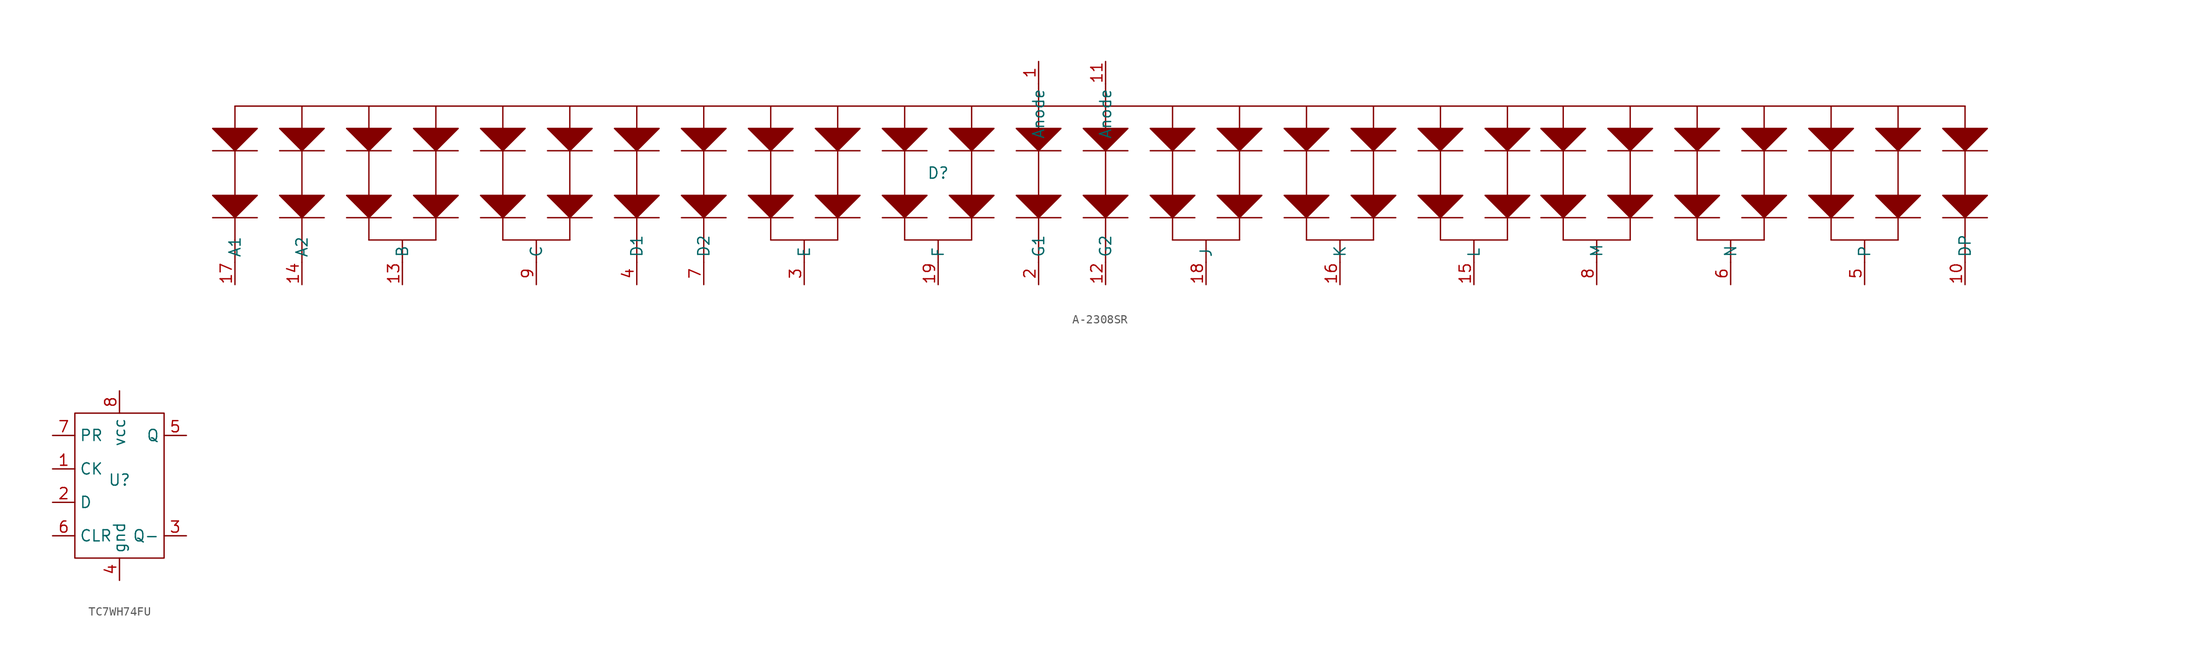
<source format=kicad_sym>
(kicad_symbol_lib
  (version 20220914)
  (generator kicad_symbol_editor)
  (symbol "A-2308SR"
    (property "Reference" "D"
      (at 0 0 0)
      (effects (font (size 1.27 1.27))))
    (property "Value" ""
      (at -68.58 -1.27 0)
      (effects (font (size 1.27 1.27))))
    (symbol "A-2308SR_0_1"
      (polyline (pts (xy -82.55 -5.08) (xy -77.47 -5.08)) (stroke (width 0) (type default)) (fill (type none)))
      (polyline (pts (xy -82.55 2.54) (xy -77.47 2.54)) (stroke (width 0) (type default)) (fill (type none)))
      (polyline (pts (xy -74.93 -5.08) (xy -69.85 -5.08)) (stroke (width 0) (type default)) (fill (type none)))
      (polyline (pts (xy -74.93 2.54) (xy -69.85 2.54)) (stroke (width 0) (type default)) (fill (type none)))
      (polyline (pts (xy -67.31 -5.08) (xy -62.23 -5.08)) (stroke (width 0) (type default)) (fill (type none)))
      (polyline (pts (xy -67.31 2.54) (xy -62.23 2.54)) (stroke (width 0) (type default)) (fill (type none)))
      (polyline (pts (xy -59.69 -5.08) (xy -54.61 -5.08)) (stroke (width 0) (type default)) (fill (type none)))
      (polyline (pts (xy -59.69 2.54) (xy -54.61 2.54)) (stroke (width 0) (type default)) (fill (type none)))
      (polyline (pts (xy -52.07 -5.08) (xy -46.99 -5.08)) (stroke (width 0) (type default)) (fill (type none)))
      (polyline (pts (xy -52.07 2.54) (xy -46.99 2.54)) (stroke (width 0) (type default)) (fill (type none)))
      (polyline (pts (xy -44.45 -5.08) (xy -39.37 -5.08)) (stroke (width 0) (type default)) (fill (type none)))
      (polyline (pts (xy -44.45 2.54) (xy -39.37 2.54)) (stroke (width 0) (type default)) (fill (type none)))
      (polyline (pts (xy -36.83 -5.08) (xy -31.75 -5.08)) (stroke (width 0) (type default)) (fill (type none)))
      (polyline (pts (xy -36.83 2.54) (xy -31.75 2.54)) (stroke (width 0) (type default)) (fill (type none)))
      (polyline (pts (xy -29.21 -5.08) (xy -24.13 -5.08)) (stroke (width 0) (type default)) (fill (type none)))
      (polyline (pts (xy -29.21 2.54) (xy -24.13 2.54)) (stroke (width 0) (type default)) (fill (type none)))
      (polyline (pts (xy -21.59 -5.08) (xy -16.51 -5.08)) (stroke (width 0) (type default)) (fill (type none)))
      (polyline (pts (xy -21.59 2.54) (xy -16.51 2.54)) (stroke (width 0) (type default)) (fill (type none)))
      (polyline (pts (xy -13.97 -5.08) (xy -8.89 -5.08)) (stroke (width 0) (type default)) (fill (type none)))
      (polyline (pts (xy -13.97 2.54) (xy -8.89 2.54)) (stroke (width 0) (type default)) (fill (type none)))
      (polyline (pts (xy -6.35 -5.08) (xy -1.27 -5.08)) (stroke (width 0) (type default)) (fill (type none)))
      (polyline (pts (xy -6.35 2.54) (xy -1.27 2.54)) (stroke (width 0) (type default)) (fill (type none)))
      (polyline (pts (xy 1.27 -5.08) (xy 6.35 -5.08)) (stroke (width 0) (type default)) (fill (type none)))
      (polyline (pts (xy 1.27 2.54) (xy 6.35 2.54)) (stroke (width 0) (type default)) (fill (type none)))
      (polyline (pts (xy 8.89 -5.08) (xy 13.97 -5.08)) (stroke (width 0) (type default)) (fill (type none)))
      (polyline (pts (xy 8.89 2.54) (xy 13.97 2.54)) (stroke (width 0) (type default)) (fill (type none)))
      (polyline (pts (xy 16.51 -5.08) (xy 21.59 -5.08)) (stroke (width 0) (type default)) (fill (type none)))
      (polyline (pts (xy 16.51 2.54) (xy 21.59 2.54)) (stroke (width 0) (type default)) (fill (type none)))
      (polyline (pts (xy 24.13 -5.08) (xy 29.21 -5.08)) (stroke (width 0) (type default)) (fill (type none)))
      (polyline (pts (xy 24.13 2.54) (xy 29.21 2.54)) (stroke (width 0) (type default)) (fill (type none)))
      (polyline (pts (xy 31.75 -5.08) (xy 36.83 -5.08)) (stroke (width 0) (type default)) (fill (type none)))
      (polyline (pts (xy 31.75 2.54) (xy 36.83 2.54)) (stroke (width 0) (type default)) (fill (type none)))
      (polyline (pts (xy 39.37 -5.08) (xy 44.45 -5.08)) (stroke (width 0) (type default)) (fill (type none)))
      (polyline (pts (xy 39.37 2.54) (xy 44.45 2.54)) (stroke (width 0) (type default)) (fill (type none)))
      (polyline (pts (xy 46.99 -5.08) (xy 52.07 -5.08)) (stroke (width 0) (type default)) (fill (type none)))
      (polyline (pts (xy 46.99 2.54) (xy 52.07 2.54)) (stroke (width 0) (type default)) (fill (type none)))
      (polyline (pts (xy 54.61 -5.08) (xy 59.69 -5.08)) (stroke (width 0) (type default)) (fill (type none)))
      (polyline (pts (xy 54.61 2.54) (xy 59.69 2.54)) (stroke (width 0) (type default)) (fill (type none)))
      (polyline (pts (xy 62.23 -5.08) (xy 67.31 -5.08)) (stroke (width 0) (type default)) (fill (type none)))
      (polyline (pts (xy 62.23 2.54) (xy 67.31 2.54)) (stroke (width 0) (type default)) (fill (type none)))
      (polyline (pts (xy 68.58 -5.08) (xy 73.66 -5.08)) (stroke (width 0) (type default)) (fill (type none)))
      (polyline (pts (xy 68.58 2.54) (xy 73.66 2.54)) (stroke (width 0) (type default)) (fill (type none)))
      (polyline (pts (xy 76.2 -5.08) (xy 81.28 -5.08)) (stroke (width 0) (type default)) (fill (type none)))
      (polyline (pts (xy 76.2 2.54) (xy 81.28 2.54)) (stroke (width 0) (type default)) (fill (type none)))
      (polyline (pts (xy 83.82 -5.08) (xy 88.9 -5.08)) (stroke (width 0) (type default)) (fill (type none)))
      (polyline (pts (xy 83.82 2.54) (xy 88.9 2.54)) (stroke (width 0) (type default)) (fill (type none)))
      (polyline (pts (xy 91.44 -5.08) (xy 96.52 -5.08)) (stroke (width 0) (type default)) (fill (type none)))
      (polyline (pts (xy 91.44 2.54) (xy 96.52 2.54)) (stroke (width 0) (type default)) (fill (type none)))
      (polyline (pts (xy 99.06 -5.08) (xy 104.14 -5.08)) (stroke (width 0) (type default)) (fill (type none)))
      (polyline (pts (xy 99.06 2.54) (xy 104.14 2.54)) (stroke (width 0) (type default)) (fill (type none)))
      (polyline (pts (xy 106.68 -5.08) (xy 111.76 -5.08)) (stroke (width 0) (type default)) (fill (type none)))
      (polyline (pts (xy 106.68 2.54) (xy 111.76 2.54)) (stroke (width 0) (type default)) (fill (type none)))
      (polyline (pts (xy 114.3 -5.08) (xy 119.38 -5.08)) (stroke (width 0) (type default)) (fill (type none)))
      (polyline (pts (xy 114.3 2.54) (xy 119.38 2.54)) (stroke (width 0) (type default)) (fill (type none))))
    (symbol "A-2308SR_1_1"
      (polyline (pts (xy -80.01 -7.62) (xy -80.01 -10.16)) (stroke (width 0) (type default)) (fill (type none)))
      (polyline (pts (xy -80.01 -7.62) (xy -80.01 7.62)) (stroke (width 0) (type default)) (fill (type none)))
      (polyline (pts (xy -72.39 -7.62) (xy -72.39 -10.16)) (stroke (width 0) (type default)) (fill (type none)))
      (polyline (pts (xy -72.39 -7.62) (xy -72.39 7.62)) (stroke (width 0) (type default)) (fill (type none)))
      (polyline (pts (xy -64.77 -7.62) (xy -64.77 7.62)) (stroke (width 0) (type default)) (fill (type none)))
      (polyline (pts (xy -64.77 -7.62) (xy -57.15 -7.62)) (stroke (width 0) (type default)) (fill (type none)))
      (polyline (pts (xy -60.96 -7.62) (xy -60.96 -10.16)) (stroke (width 0) (type default)) (fill (type none)))
      (polyline (pts (xy -57.15 -7.62) (xy -57.15 7.62)) (stroke (width 0) (type default)) (fill (type none)))
      (polyline (pts (xy -49.53 -7.62) (xy -49.53 7.62)) (stroke (width 0) (type default)) (fill (type none)))
      (polyline (pts (xy -49.53 -7.62) (xy -41.91 -7.62)) (stroke (width 0) (type default)) (fill (type none)))
      (polyline (pts (xy -45.72 -7.62) (xy -45.72 -10.16)) (stroke (width 0) (type default)) (fill (type none)))
      (polyline (pts (xy -41.91 -7.62) (xy -41.91 7.62)) (stroke (width 0) (type default)) (fill (type none)))
      (polyline (pts (xy -34.29 -7.62) (xy -34.29 -10.16)) (stroke (width 0) (type default)) (fill (type none)))
      (polyline (pts (xy -34.29 -7.62) (xy -34.29 7.62)) (stroke (width 0) (type default)) (fill (type none)))
      (polyline (pts (xy -26.67 -7.62) (xy -26.67 -10.16)) (stroke (width 0) (type default)) (fill (type none)))
      (polyline (pts (xy -26.67 -7.62) (xy -26.67 7.62)) (stroke (width 0) (type default)) (fill (type none)))
      (polyline (pts (xy -19.05 -7.62) (xy -19.05 7.62)) (stroke (width 0) (type default)) (fill (type none)))
      (polyline (pts (xy -19.05 -7.62) (xy -11.43 -7.62)) (stroke (width 0) (type default)) (fill (type none)))
      (polyline (pts (xy -15.24 -7.62) (xy -15.24 -10.16)) (stroke (width 0) (type default)) (fill (type none)))
      (polyline (pts (xy -11.43 -7.62) (xy -11.43 7.62)) (stroke (width 0) (type default)) (fill (type none)))
      (polyline (pts (xy -3.81 -7.62) (xy -3.81 7.62)) (stroke (width 0) (type default)) (fill (type none)))
      (polyline (pts (xy -3.81 -7.62) (xy 3.81 -7.62)) (stroke (width 0) (type default)) (fill (type none)))
      (polyline (pts (xy 0 -7.62) (xy 0 -10.16)) (stroke (width 0) (type default)) (fill (type none)))
      (polyline (pts (xy 3.81 -7.62) (xy 3.81 7.62)) (stroke (width 0) (type default)) (fill (type none)))
      (polyline (pts (xy 11.43 -7.62) (xy 11.43 -10.16)) (stroke (width 0) (type default)) (fill (type none)))
      (polyline (pts (xy 11.43 -7.62) (xy 11.43 7.62)) (stroke (width 0) (type default)) (fill (type none)))
      (polyline (pts (xy 11.43 7.62) (xy 11.43 10.16)) (stroke (width 0) (type default)) (fill (type none)))
      (polyline (pts (xy 19.05 -7.62) (xy 19.05 -10.16)) (stroke (width 0) (type default)) (fill (type none)))
      (polyline (pts (xy 19.05 -7.62) (xy 19.05 7.62)) (stroke (width 0) (type default)) (fill (type none)))
      (polyline (pts (xy 19.05 7.62) (xy 19.05 10.16)) (stroke (width 0) (type default)) (fill (type none)))
      (polyline (pts (xy 26.67 -7.62) (xy 26.67 7.62)) (stroke (width 0) (type default)) (fill (type none)))
      (polyline (pts (xy 26.67 -7.62) (xy 34.29 -7.62)) (stroke (width 0) (type default)) (fill (type none)))
      (polyline (pts (xy 30.48 -7.62) (xy 30.48 -10.16)) (stroke (width 0) (type default)) (fill (type none)))
      (polyline (pts (xy 34.29 -7.62) (xy 34.29 7.62)) (stroke (width 0) (type default)) (fill (type none)))
      (polyline (pts (xy 41.91 -7.62) (xy 41.91 7.62)) (stroke (width 0) (type default)) (fill (type none)))
      (polyline (pts (xy 41.91 -7.62) (xy 49.53 -7.62)) (stroke (width 0) (type default)) (fill (type none)))
      (polyline (pts (xy 45.72 -7.62) (xy 45.72 -10.16)) (stroke (width 0) (type default)) (fill (type none)))
      (polyline (pts (xy 49.53 -7.62) (xy 49.53 7.62)) (stroke (width 0) (type default)) (fill (type none)))
      (polyline (pts (xy 57.15 -7.62) (xy 57.15 7.62)) (stroke (width 0) (type default)) (fill (type none)))
      (polyline (pts (xy 57.15 -7.62) (xy 64.77 -7.62)) (stroke (width 0) (type default)) (fill (type none)))
      (polyline (pts (xy 60.96 -7.62) (xy 60.96 -10.16)) (stroke (width 0) (type default)) (fill (type none)))
      (polyline (pts (xy 64.77 -7.62) (xy 64.77 7.62)) (stroke (width 0) (type default)) (fill (type none)))
      (polyline (pts (xy 71.12 -7.62) (xy 71.12 7.62)) (stroke (width 0) (type default)) (fill (type none)))
      (polyline (pts (xy 71.12 -7.62) (xy 78.74 -7.62)) (stroke (width 0) (type default)) (fill (type none)))
      (polyline (pts (xy 74.93 -7.62) (xy 74.93 -10.16)) (stroke (width 0) (type default)) (fill (type none)))
      (polyline (pts (xy 78.74 -7.62) (xy 78.74 7.62)) (stroke (width 0) (type default)) (fill (type none)))
      (polyline (pts (xy 86.36 -7.62) (xy 86.36 7.62)) (stroke (width 0) (type default)) (fill (type none)))
      (polyline (pts (xy 86.36 -7.62) (xy 93.98 -7.62)) (stroke (width 0) (type default)) (fill (type none)))
      (polyline (pts (xy 90.17 -7.62) (xy 90.17 -10.16)) (stroke (width 0) (type default)) (fill (type none)))
      (polyline (pts (xy 93.98 -7.62) (xy 93.98 7.62)) (stroke (width 0) (type default)) (fill (type none)))
      (polyline (pts (xy 101.6 -7.62) (xy 101.6 7.62)) (stroke (width 0) (type default)) (fill (type none)))
      (polyline (pts (xy 101.6 -7.62) (xy 109.22 -7.62)) (stroke (width 0) (type default)) (fill (type none)))
      (polyline (pts (xy 105.41 -7.62) (xy 105.41 -10.16)) (stroke (width 0) (type default)) (fill (type none)))
      (polyline (pts (xy 109.22 -7.62) (xy 109.22 7.62)) (stroke (width 0) (type default)) (fill (type none)))
      (polyline (pts (xy 116.84 -7.62) (xy 116.84 -10.16)) (stroke (width 0) (type default)) (fill (type none)))
      (polyline (pts (xy 116.84 -7.62) (xy 116.84 7.62)) (stroke (width 0) (type default)) (fill (type none)))
      (polyline (pts (xy 116.84 7.62) (xy -80.01 7.62)) (stroke (width 0) (type default)) (fill (type none)))
      (polyline (pts (xy -80.01 -5.08) (xy -82.55 -2.54) (xy -77.47 -2.54) (xy -80.01 -5.08)) (stroke (width 0) (type default)) (fill (type outline)))
      (polyline (pts (xy -80.01 2.54) (xy -82.55 5.08) (xy -77.47 5.08) (xy -80.01 2.54)) (stroke (width 0) (type default)) (fill (type outline)))
      (polyline (pts (xy -72.39 -5.08) (xy -74.93 -2.54) (xy -69.85 -2.54) (xy -72.39 -5.08)) (stroke (width 0) (type default)) (fill (type outline)))
      (polyline (pts (xy -72.39 2.54) (xy -74.93 5.08) (xy -69.85 5.08) (xy -72.39 2.54)) (stroke (width 0) (type default)) (fill (type outline)))
      (polyline (pts (xy -64.77 -5.08) (xy -67.31 -2.54) (xy -62.23 -2.54) (xy -64.77 -5.08)) (stroke (width 0) (type default)) (fill (type outline)))
      (polyline (pts (xy -64.77 2.54) (xy -67.31 5.08) (xy -62.23 5.08) (xy -64.77 2.54)) (stroke (width 0) (type default)) (fill (type outline)))
      (polyline (pts (xy -57.15 -5.08) (xy -59.69 -2.54) (xy -54.61 -2.54) (xy -57.15 -5.08)) (stroke (width 0) (type default)) (fill (type outline)))
      (polyline (pts (xy -57.15 2.54) (xy -59.69 5.08) (xy -54.61 5.08) (xy -57.15 2.54)) (stroke (width 0) (type default)) (fill (type outline)))
      (polyline (pts (xy -49.53 -5.08) (xy -52.07 -2.54) (xy -46.99 -2.54) (xy -49.53 -5.08)) (stroke (width 0) (type default)) (fill (type outline)))
      (polyline (pts (xy -49.53 2.54) (xy -52.07 5.08) (xy -46.99 5.08) (xy -49.53 2.54)) (stroke (width 0) (type default)) (fill (type outline)))
      (polyline (pts (xy -41.91 -5.08) (xy -44.45 -2.54) (xy -39.37 -2.54) (xy -41.91 -5.08)) (stroke (width 0) (type default)) (fill (type outline)))
      (polyline (pts (xy -41.91 2.54) (xy -44.45 5.08) (xy -39.37 5.08) (xy -41.91 2.54)) (stroke (width 0) (type default)) (fill (type outline)))
      (polyline (pts (xy -34.29 -5.08) (xy -36.83 -2.54) (xy -31.75 -2.54) (xy -34.29 -5.08)) (stroke (width 0) (type default)) (fill (type outline)))
      (polyline (pts (xy -34.29 2.54) (xy -36.83 5.08) (xy -31.75 5.08) (xy -34.29 2.54)) (stroke (width 0) (type default)) (fill (type outline)))
      (polyline (pts (xy -26.67 -5.08) (xy -29.21 -2.54) (xy -24.13 -2.54) (xy -26.67 -5.08)) (stroke (width 0) (type default)) (fill (type outline)))
      (polyline (pts (xy -26.67 2.54) (xy -29.21 5.08) (xy -24.13 5.08) (xy -26.67 2.54)) (stroke (width 0) (type default)) (fill (type outline)))
      (polyline (pts (xy -19.05 -5.08) (xy -21.59 -2.54) (xy -16.51 -2.54) (xy -19.05 -5.08)) (stroke (width 0) (type default)) (fill (type outline)))
      (polyline (pts (xy -19.05 2.54) (xy -21.59 5.08) (xy -16.51 5.08) (xy -19.05 2.54)) (stroke (width 0) (type default)) (fill (type outline)))
      (polyline (pts (xy -11.43 -5.08) (xy -13.97 -2.54) (xy -8.89 -2.54) (xy -11.43 -5.08)) (stroke (width 0) (type default)) (fill (type outline)))
      (polyline (pts (xy -11.43 2.54) (xy -13.97 5.08) (xy -8.89 5.08) (xy -11.43 2.54)) (stroke (width 0) (type default)) (fill (type outline)))
      (polyline (pts (xy -3.81 -5.08) (xy -6.35 -2.54) (xy -1.27 -2.54) (xy -3.81 -5.08)) (stroke (width 0) (type default)) (fill (type outline)))
      (polyline (pts (xy -3.81 2.54) (xy -6.35 5.08) (xy -1.27 5.08) (xy -3.81 2.54)) (stroke (width 0) (type default)) (fill (type outline)))
      (polyline (pts (xy 3.81 -5.08) (xy 1.27 -2.54) (xy 6.35 -2.54) (xy 3.81 -5.08)) (stroke (width 0) (type default)) (fill (type outline)))
      (polyline (pts (xy 3.81 2.54) (xy 1.27 5.08) (xy 6.35 5.08) (xy 3.81 2.54)) (stroke (width 0) (type default)) (fill (type outline)))
      (polyline (pts (xy 11.43 -5.08) (xy 8.89 -2.54) (xy 13.97 -2.54) (xy 11.43 -5.08)) (stroke (width 0) (type default)) (fill (type outline)))
      (polyline (pts (xy 11.43 2.54) (xy 8.89 5.08) (xy 13.97 5.08) (xy 11.43 2.54)) (stroke (width 0) (type default)) (fill (type outline)))
      (polyline (pts (xy 19.05 -5.08) (xy 16.51 -2.54) (xy 21.59 -2.54) (xy 19.05 -5.08)) (stroke (width 0) (type default)) (fill (type outline)))
      (polyline (pts (xy 19.05 2.54) (xy 16.51 5.08) (xy 21.59 5.08) (xy 19.05 2.54)) (stroke (width 0) (type default)) (fill (type outline)))
      (polyline (pts (xy 26.67 -5.08) (xy 24.13 -2.54) (xy 29.21 -2.54) (xy 26.67 -5.08)) (stroke (width 0) (type default)) (fill (type outline)))
      (polyline (pts (xy 26.67 2.54) (xy 24.13 5.08) (xy 29.21 5.08) (xy 26.67 2.54)) (stroke (width 0) (type default)) (fill (type outline)))
      (polyline (pts (xy 34.29 -5.08) (xy 31.75 -2.54) (xy 36.83 -2.54) (xy 34.29 -5.08)) (stroke (width 0) (type default)) (fill (type outline)))
      (polyline (pts (xy 34.29 2.54) (xy 31.75 5.08) (xy 36.83 5.08) (xy 34.29 2.54)) (stroke (width 0) (type default)) (fill (type outline)))
      (polyline (pts (xy 41.91 -5.08) (xy 39.37 -2.54) (xy 44.45 -2.54) (xy 41.91 -5.08)) (stroke (width 0) (type default)) (fill (type outline)))
      (polyline (pts (xy 41.91 2.54) (xy 39.37 5.08) (xy 44.45 5.08) (xy 41.91 2.54)) (stroke (width 0) (type default)) (fill (type outline)))
      (polyline (pts (xy 49.53 -5.08) (xy 46.99 -2.54) (xy 52.07 -2.54) (xy 49.53 -5.08)) (stroke (width 0) (type default)) (fill (type outline)))
      (polyline (pts (xy 49.53 2.54) (xy 46.99 5.08) (xy 52.07 5.08) (xy 49.53 2.54)) (stroke (width 0) (type default)) (fill (type outline)))
      (polyline (pts (xy 57.15 -5.08) (xy 54.61 -2.54) (xy 59.69 -2.54) (xy 57.15 -5.08)) (stroke (width 0) (type default)) (fill (type outline)))
      (polyline (pts (xy 57.15 2.54) (xy 54.61 5.08) (xy 59.69 5.08) (xy 57.15 2.54)) (stroke (width 0) (type default)) (fill (type outline)))
      (polyline (pts (xy 64.77 -5.08) (xy 62.23 -2.54) (xy 67.31 -2.54) (xy 64.77 -5.08)) (stroke (width 0) (type default)) (fill (type outline)))
      (polyline (pts (xy 64.77 2.54) (xy 62.23 5.08) (xy 67.31 5.08) (xy 64.77 2.54)) (stroke (width 0) (type default)) (fill (type outline)))
      (polyline (pts (xy 71.12 -5.08) (xy 68.58 -2.54) (xy 73.66 -2.54) (xy 71.12 -5.08)) (stroke (width 0) (type default)) (fill (type outline)))
      (polyline (pts (xy 71.12 2.54) (xy 68.58 5.08) (xy 73.66 5.08) (xy 71.12 2.54)) (stroke (width 0) (type default)) (fill (type outline)))
      (polyline (pts (xy 78.74 -5.08) (xy 76.2 -2.54) (xy 81.28 -2.54) (xy 78.74 -5.08)) (stroke (width 0) (type default)) (fill (type outline)))
      (polyline (pts (xy 78.74 2.54) (xy 76.2 5.08) (xy 81.28 5.08) (xy 78.74 2.54)) (stroke (width 0) (type default)) (fill (type outline)))
      (polyline (pts (xy 86.36 -5.08) (xy 83.82 -2.54) (xy 88.9 -2.54) (xy 86.36 -5.08)) (stroke (width 0) (type default)) (fill (type outline)))
      (polyline (pts (xy 86.36 2.54) (xy 83.82 5.08) (xy 88.9 5.08) (xy 86.36 2.54)) (stroke (width 0) (type default)) (fill (type outline)))
      (polyline (pts (xy 93.98 -5.08) (xy 91.44 -2.54) (xy 96.52 -2.54) (xy 93.98 -5.08)) (stroke (width 0) (type default)) (fill (type outline)))
      (polyline (pts (xy 93.98 2.54) (xy 91.44 5.08) (xy 96.52 5.08) (xy 93.98 2.54)) (stroke (width 0) (type default)) (fill (type outline)))
      (polyline (pts (xy 101.6 -5.08) (xy 99.06 -2.54) (xy 104.14 -2.54) (xy 101.6 -5.08)) (stroke (width 0) (type default)) (fill (type outline)))
      (polyline (pts (xy 101.6 2.54) (xy 99.06 5.08) (xy 104.14 5.08) (xy 101.6 2.54)) (stroke (width 0) (type default)) (fill (type outline)))
      (polyline (pts (xy 109.22 -5.08) (xy 106.68 -2.54) (xy 111.76 -2.54) (xy 109.22 -5.08)) (stroke (width 0) (type default)) (fill (type outline)))
      (polyline (pts (xy 109.22 2.54) (xy 106.68 5.08) (xy 111.76 5.08) (xy 109.22 2.54)) (stroke (width 0) (type default)) (fill (type outline)))
      (polyline (pts (xy 116.84 -5.08) (xy 114.3 -2.54) (xy 119.38 -2.54) (xy 116.84 -5.08)) (stroke (width 0) (type default)) (fill (type outline)))
      (polyline (pts (xy 116.84 2.54) (xy 114.3 5.08) (xy 119.38 5.08) (xy 116.84 2.54)) (stroke (width 0) (type default)) (fill (type outline)))
      (pin power_in line (at 11.43 12.7 270) (length 2.54) (name "Anode" (effects (font (size 1.27 1.27)))) (number "1" (effects (font (size 1.27 1.27)))))
      (pin power_in line (at 116.84 -12.7 90) (length 2.54) (name "DP" (effects (font (size 1.27 1.27)))) (number "10" (effects (font (size 1.27 1.27)))))
      (pin power_in line (at 19.05 12.7 270) (length 2.54) (name "Anode" (effects (font (size 1.27 1.27)))) (number "11" (effects (font (size 1.27 1.27)))))
      (pin power_in line (at 19.05 -12.7 90) (length 2.54) (name "G2" (effects (font (size 1.27 1.27)))) (number "12" (effects (font (size 1.27 1.27)))))
      (pin power_in line (at -60.96 -12.7 90) (length 2.54) (name "B" (effects (font (size 1.27 1.27)))) (number "13" (effects (font (size 1.27 1.27)))))
      (pin power_in line (at -72.39 -12.7 90) (length 2.54) (name "A2" (effects (font (size 1.27 1.27)))) (number "14" (effects (font (size 1.27 1.27)))))
      (pin power_in line (at 60.96 -12.7 90) (length 2.54) (name "L" (effects (font (size 1.27 1.27)))) (number "15" (effects (font (size 1.27 1.27)))))
      (pin power_in line (at 45.72 -12.7 90) (length 2.54) (name "K" (effects (font (size 1.27 1.27)))) (number "16" (effects (font (size 1.27 1.27)))))
      (pin power_in line (at -80.01 -12.7 90) (length 2.54) (name "A1" (effects (font (size 1.27 1.27)))) (number "17" (effects (font (size 1.27 1.27)))))
      (pin power_in line (at 30.48 -12.7 90) (length 2.54) (name "J" (effects (font (size 1.27 1.27)))) (number "18" (effects (font (size 1.27 1.27)))))
      (pin power_in line (at 0 -12.7 90) (length 2.54) (name "F" (effects (font (size 1.27 1.27)))) (number "19" (effects (font (size 1.27 1.27)))))
      (pin power_in line (at 11.43 -12.7 90) (length 2.54) (name "G1" (effects (font (size 1.27 1.27)))) (number "2" (effects (font (size 1.27 1.27)))))
      (pin power_in line (at -15.24 -12.7 90) (length 2.54) (name "E" (effects (font (size 1.27 1.27)))) (number "3" (effects (font (size 1.27 1.27)))))
      (pin power_in line (at -34.29 -12.7 90) (length 2.54) (name "D1" (effects (font (size 1.27 1.27)))) (number "4" (effects (font (size 1.27 1.27)))))
      (pin power_in line (at 105.41 -12.7 90) (length 2.54) (name "P" (effects (font (size 1.27 1.27)))) (number "5" (effects (font (size 1.27 1.27)))))
      (pin power_in line (at 90.17 -12.7 90) (length 2.54) (name "N" (effects (font (size 1.27 1.27)))) (number "6" (effects (font (size 1.27 1.27)))))
      (pin power_in line (at -26.67 -12.7 90) (length 2.54) (name "D2" (effects (font (size 1.27 1.27)))) (number "7" (effects (font (size 1.27 1.27)))))
      (pin power_in line (at 74.93 -12.7 90) (length 2.54) (name "M" (effects (font (size 1.27 1.27)))) (number "8" (effects (font (size 1.27 1.27)))))
      (pin power_in line (at -45.72 -12.7 90) (length 2.54) (name "C" (effects (font (size 1.27 1.27)))) (number "9" (effects (font (size 1.27 1.27)))))))
  (symbol "TC7WH74FU"
    (property "Reference" "U"
      (at 0 0 0)
      (effects (font (size 1.27 1.27))))
    (property "Value" ""
      (at 0 0 0)
      (effects (font (size 1.27 1.27))))
    (symbol "TC7WH74FU_0_1"
      (rectangle (start -5.08 7.62) (end 5.08 -8.89) (stroke (width 0) (type default)) (fill (type none))))
    (symbol "TC7WH74FU_1_1"
      (pin input line (at -7.62 1.27 0) (length 2.54) (name "CK" (effects (font (size 1.27 1.27)))) (number "1" (effects (font (size 1.27 1.27)))))
      (pin input line (at -7.62 -2.54 0) (length 2.54) (name "D" (effects (font (size 1.27 1.27)))) (number "2" (effects (font (size 1.27 1.27)))))
      (pin output line (at 7.62 -6.35 180) (length 2.54) (name "Q-" (effects (font (size 1.27 1.27)))) (number "3" (effects (font (size 1.27 1.27)))))
      (pin power_in line (at 0 -11.43 90) (length 2.54) (name "gnd" (effects (font (size 1.27 1.27)))) (number "4" (effects (font (size 1.27 1.27)))))
      (pin output line (at 7.62 5.08 180) (length 2.54) (name "Q" (effects (font (size 1.27 1.27)))) (number "5" (effects (font (size 1.27 1.27)))))
      (pin input line (at -7.62 -6.35 0) (length 2.54) (name "CLR" (effects (font (size 1.27 1.27)))) (number "6" (effects (font (size 1.27 1.27)))))
      (pin input line (at -7.62 5.08 0) (length 2.54) (name "PR" (effects (font (size 1.27 1.27)))) (number "7" (effects (font (size 1.27 1.27)))))
      (pin power_in line (at 0 10.16 270) (length 2.54) (name "vcc" (effects (font (size 1.27 1.27)))) (number "8" (effects (font (size 1.27 1.27))))))))
</source>
